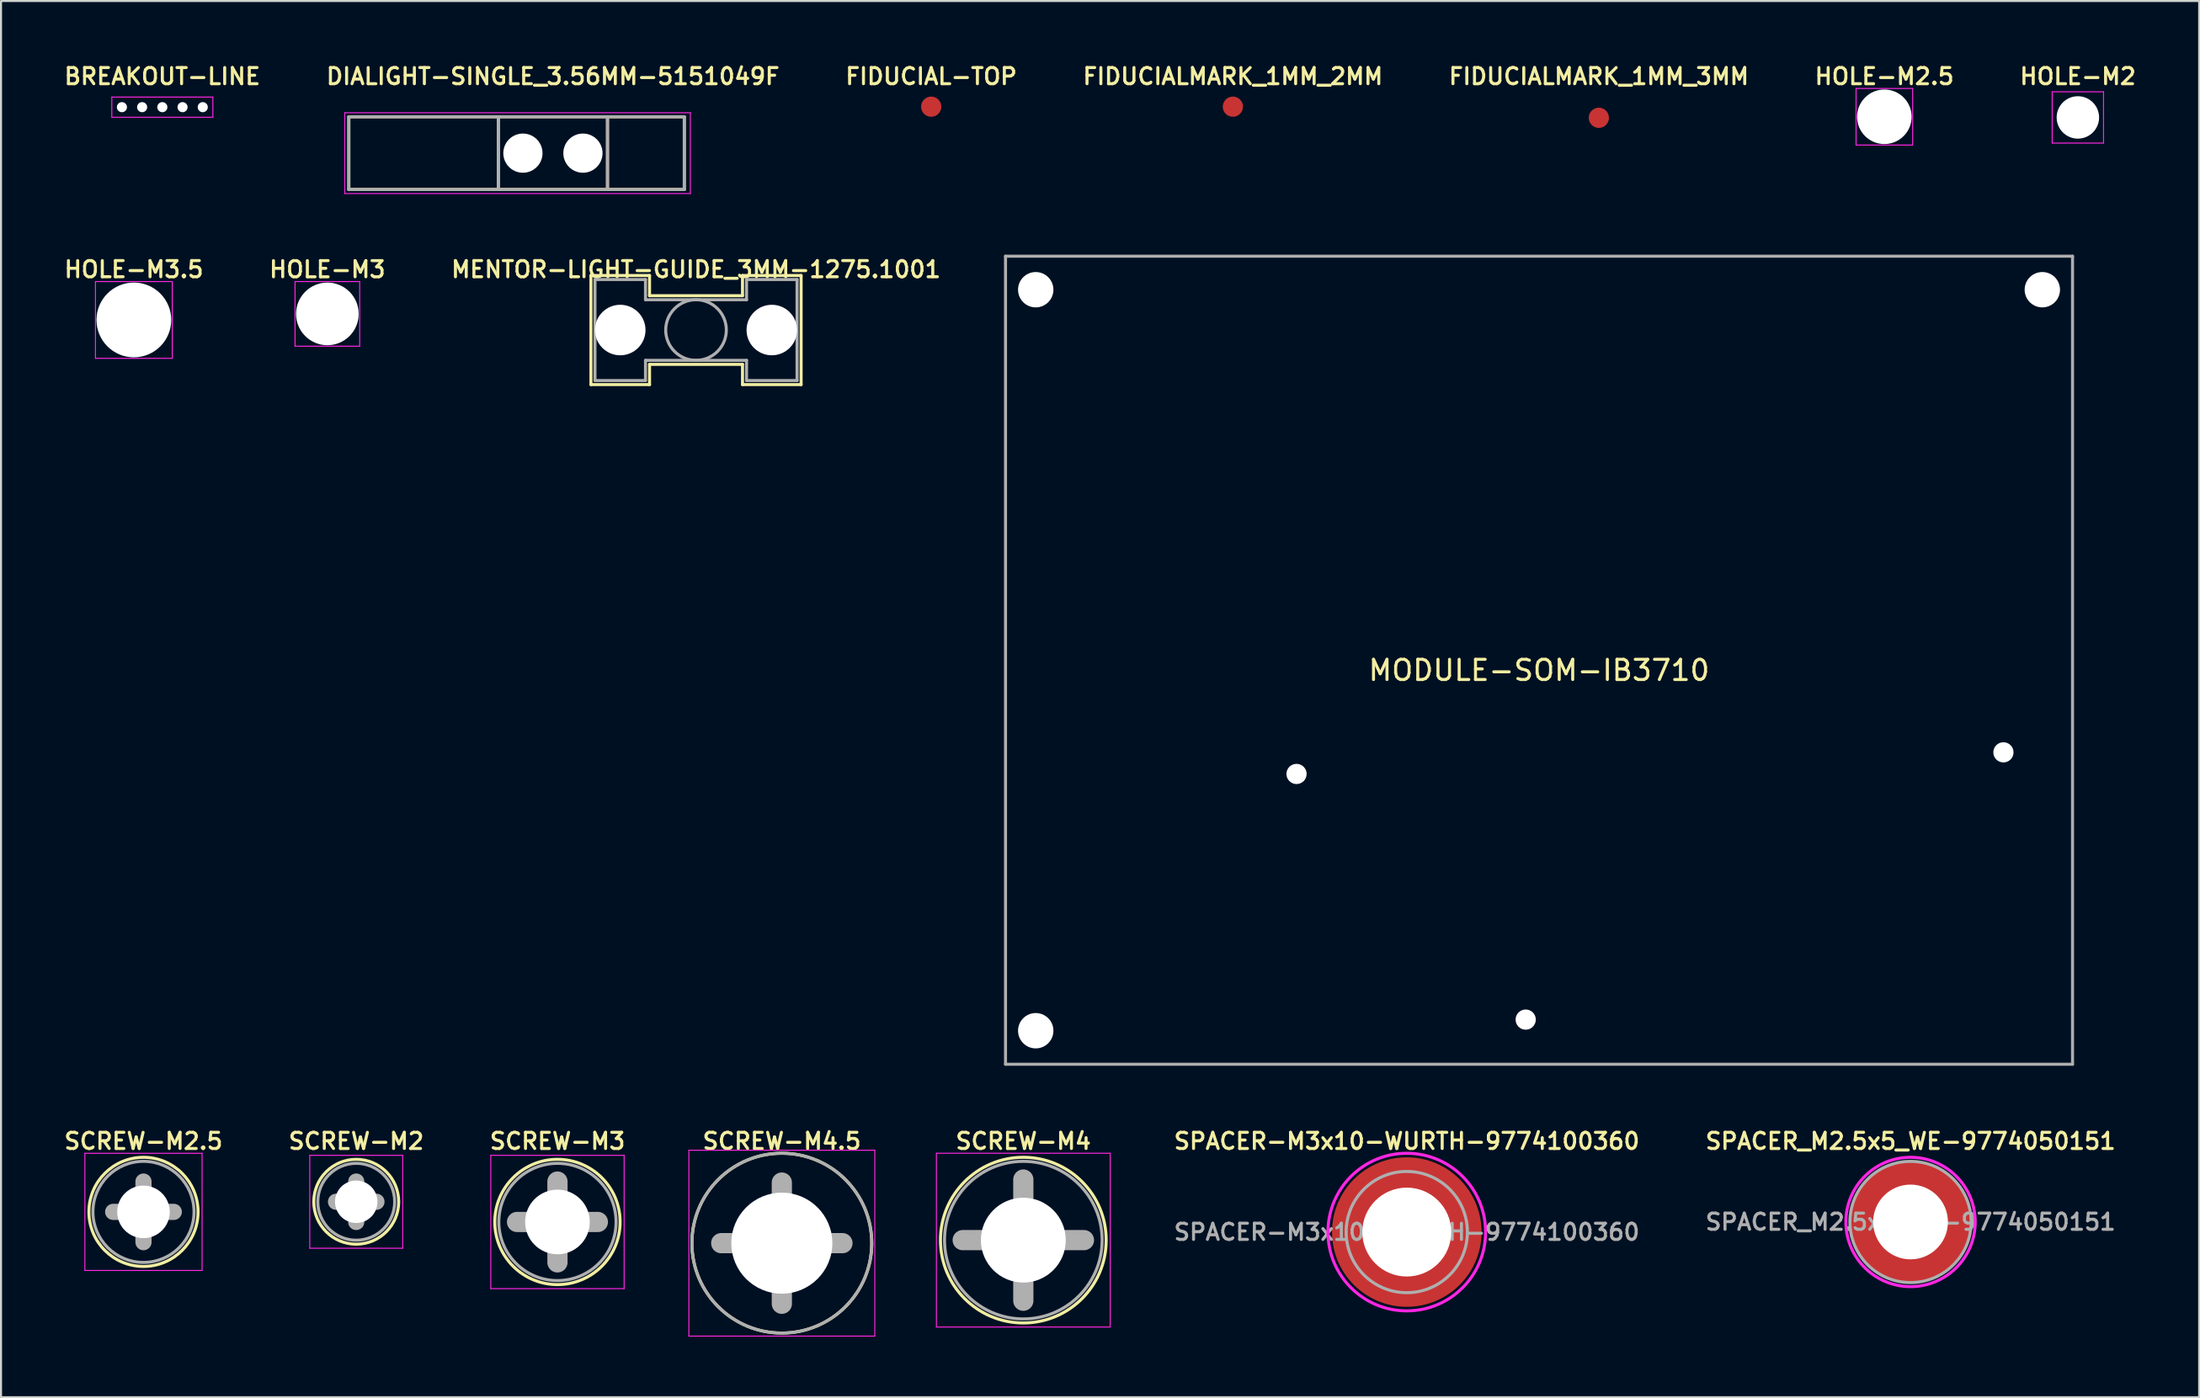
<source format=kicad_pcb>
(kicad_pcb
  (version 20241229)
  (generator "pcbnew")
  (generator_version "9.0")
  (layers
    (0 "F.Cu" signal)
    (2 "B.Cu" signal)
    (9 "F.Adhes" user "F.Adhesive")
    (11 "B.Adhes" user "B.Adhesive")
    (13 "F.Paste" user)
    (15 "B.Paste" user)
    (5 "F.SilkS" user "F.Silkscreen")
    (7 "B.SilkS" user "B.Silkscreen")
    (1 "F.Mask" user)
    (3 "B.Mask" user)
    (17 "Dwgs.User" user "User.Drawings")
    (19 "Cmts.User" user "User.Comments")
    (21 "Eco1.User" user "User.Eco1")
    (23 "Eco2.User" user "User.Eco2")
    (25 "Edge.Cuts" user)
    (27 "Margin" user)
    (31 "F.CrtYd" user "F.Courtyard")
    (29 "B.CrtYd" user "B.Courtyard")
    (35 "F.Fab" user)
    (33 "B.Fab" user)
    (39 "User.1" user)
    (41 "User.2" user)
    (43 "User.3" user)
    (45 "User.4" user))
  (footprint "SCREW-M3"
    (layer "F.Cu")
    (at 24.535 57.438)
    (property "Reference" "SCREW-M3" (at 0 -4 0) (layer "F.SilkS") (effects (font (size 0.8 0.8) (thickness 0.15))))
    (attr through_hole)
    (fp_circle (center 0 0) (end 3.1 0) (stroke (width 0.15) (type solid)) (fill no) (layer "F.SilkS"))
    (fp_line (start -3.3 -3.3) (end -3.3 3.3) (stroke (width 0.05) (type solid)) (layer "F.CrtYd"))
    (fp_line (start -3.3 3.3) (end 3.3 3.3) (stroke (width 0.05) (type solid)) (layer "F.CrtYd"))
    (fp_line (start 3.3 -3.3) (end -3.3 -3.3) (stroke (width 0.05) (type solid)) (layer "F.CrtYd"))
    (fp_line (start 3.3 3.3) (end 3.3 -3.3) (stroke (width 0.05) (type solid)) (layer "F.CrtYd"))
    (fp_line (start -2 0) (end 2 0) (stroke (width 1) (type solid)) (layer "F.Fab"))
    (fp_line (start 0 -2) (end 0 2) (stroke (width 1) (type solid)) (layer "F.Fab"))
    (fp_circle (center 0 0) (end 2.9 -0.1) (stroke (width 0.15) (type solid)) (fill no) (layer "F.Fab"))
    (pad "" np_thru_hole circle (at 0 0) (size 3.2 3.2) (drill 3.2) (layers "*.Cu" "*.Mask")))
  (footprint "HOLE-M3"
    (layer "F.Cu")
    (at 13.149 12.488)
    (property "Reference" "HOLE-M3" (at 0 -2.2 0) (layer "F.SilkS") (effects (font (size 0.8 0.8) (thickness 0.15))))
    (attr through_hole)
    (fp_line (start -1.6 -1.6) (end -1.6 1.6) (stroke (width 0.05) (type solid)) (layer "F.CrtYd"))
    (fp_line (start -1.6 1.6) (end 1.6 1.6) (stroke (width 0.05) (type solid)) (layer "F.CrtYd"))
    (fp_line (start 1.6 -1.6) (end -1.6 -1.6) (stroke (width 0.05) (type solid)) (layer "F.CrtYd"))
    (fp_line (start 1.6 1.6) (end 1.6 -1.6) (stroke (width 0.05) (type solid)) (layer "F.CrtYd"))
    (pad "" np_thru_hole circle (at 0 0) (size 3.1 3.1) (drill 3.1) (layers "*.Cu" "*.Mask")))
  (footprint "FIDUCIALMARK_1MM_2MM"
    (layer "F.Cu")
    (at 57.958 2.231)
    (property "Reference" "FIDUCIALMARK_1MM_2MM" (at 0 -1.5 0) (layer "F.SilkS") (effects (font (size 0.8 0.8) (thickness 0.15))))
    (attr exclude_from_pos_files exclude_from_bom)
    (pad "" smd circle (at 0 0) (size 1 1) (layers "F.Cu"))
    (pad "" smd circle (at 0 0) (size 2 2) (layers "F.Mask")))
  (footprint "SCREW-M2.5"
    (layer "F.Cu")
    (at 4.05 56.938)
    (property "Reference" "SCREW-M2.5" (at 0 -3.5 0) (layer "F.SilkS") (effects (font (size 0.8 0.8) (thickness 0.15))))
    (attr through_hole)
    (fp_circle (center 0 0) (end 2.7 0) (stroke (width 0.15) (type solid)) (fill no) (layer "F.SilkS"))
    (fp_line (start -2.9 -2.9) (end -2.9 2.9) (stroke (width 0.05) (type solid)) (layer "F.CrtYd"))
    (fp_line (start -2.9 2.9) (end 2.9 2.9) (stroke (width 0.05) (type solid)) (layer "F.CrtYd"))
    (fp_line (start 2.9 -2.9) (end -2.9 -2.9) (stroke (width 0.05) (type solid)) (layer "F.CrtYd"))
    (fp_line (start 2.9 2.9) (end 2.9 -2.9) (stroke (width 0.05) (type solid)) (layer "F.CrtYd"))
    (fp_line (start -1.5 0) (end 1.5 0) (stroke (width 0.8) (type solid)) (layer "F.Fab"))
    (fp_line (start 0 -1.5) (end 0 1.5) (stroke (width 0.8) (type solid)) (layer "F.Fab"))
    (fp_circle (center 0 0) (end 2.5 -0.1) (stroke (width 0.15) (type solid)) (fill no) (layer "F.Fab"))
    (pad "" np_thru_hole circle (at 0 0) (size 2.6 2.6) (drill 2.6) (layers "*.Cu" "*.Mask")))
  (footprint "SPACER-M3x10-WURTH-9774100360"
    (layer "F.Cu")
    (at 66.563 57.938)
    (property "Reference" "SPACER-M3x10-WURTH-9774100360" (at 0 -4.5 0) (layer "F.SilkS") (effects (font (size 0.8 0.8) (thickness 0.15))))
    (attr through_hole)
    (fp_circle (center 0 0) (end 3.9 0) (stroke (width 0.15) (type solid)) (fill no) (layer "F.CrtYd"))
    (fp_circle (center 0 0) (end -3 0) (stroke (width 0.15) (type solid)) (fill no) (layer "F.Fab"))
    (fp_text user "${REFERENCE}" (at 0 0 0) (layer "F.Fab") (effects (font (size 0.8 0.8) (thickness 0.15))))
    (pad "" np_thru_hole circle (at 0 0) (size 7.4 7.4) (drill 4.4) (layers "*.Mask" "F.Cu")))
  (footprint "MODULE-SOM-IB3710"
    (layer "F.Cu")
    (at 73.107 29.631)
    (property "Reference" "MODULE-SOM-IB3710" (at 0 0.5 0) (layer "F.SilkS") (effects (font (size 1 1) (thickness 0.15))))
    (attr through_hole)
    (fp_line (start -26.4 -20) (end -26.4 20) (stroke (width 0.15) (type solid)) (layer "F.Fab"))
    (fp_line (start -26.4 20) (end 26.4 20) (stroke (width 0.15) (type solid)) (layer "F.Fab"))
    (fp_line (start 26.4 -20) (end -26.4 -20) (stroke (width 0.15) (type solid)) (layer "F.Fab"))
    (fp_line (start 26.4 20) (end 26.4 -20) (stroke (width 0.15) (type solid)) (layer "F.Fab"))
    (pad "" np_thru_hole circle (at -24.905 -18.34) (size 1.75 1.75) (drill 1.75) (layers "*.Cu" "*.Mask"))
    (pad "" np_thru_hole circle (at -24.905 18.34) (size 1.75 1.75) (drill 1.75) (layers "*.Cu" "*.Mask"))
    (pad "" np_thru_hole circle (at -12 5.63) (size 1 1) (drill 1) (layers "*.Cu" "*.Mask"))
    (pad "" np_thru_hole circle (at -0.66 17.79) (size 1 1) (drill 1) (layers "*.Cu" "*.Mask"))
    (pad "" np_thru_hole circle (at 22.98 4.56) (size 1 1) (drill 1) (layers "*.Cu" "*.Mask"))
    (pad "" np_thru_hole circle (at 24.905 -18.34) (size 1.75 1.75) (drill 1.75) (layers "*.Cu" "*.Mask")))
  (footprint "DIALIGHT-SINGLE_3.56MM-5151049F"
    (layer "F.Cu")
    (at 24.311 4.531)
    (property "Reference" "DIALIGHT-SINGLE_3.56MM-5151049F" (at 0 -3.8 0) (layer "F.SilkS") (effects (font (size 0.8 0.8) (thickness 0.15))))
    (attr through_hole)
    (fp_line (start -10.1 -1.8) (end -10.1 1.8) (stroke (width 0.15) (type solid)) (layer "F.SilkS"))
    (fp_line (start -10.1 -1.8) (end -2.7 -1.8) (stroke (width 0.15) (type solid)) (layer "F.SilkS"))
    (fp_line (start -2.7 -1.8) (end -2.7 1.8) (stroke (width 0.15) (type solid)) (layer "F.SilkS"))
    (fp_line (start -2.7 -1.8) (end 6.5 -1.8) (stroke (width 0.15) (type solid)) (layer "F.SilkS"))
    (fp_line (start -2.7 1.8) (end -10.1 1.8) (stroke (width 0.15) (type solid)) (layer "F.SilkS"))
    (fp_line (start 2.7 -1.8) (end 2.7 1.8) (stroke (width 0.15) (type solid)) (layer "F.SilkS"))
    (fp_line (start 6.5 -1.8) (end 6.5 1.8) (stroke (width 0.15) (type solid)) (layer "F.SilkS"))
    (fp_line (start 6.5 1.8) (end -2.7 1.8) (stroke (width 0.15) (type solid)) (layer "F.SilkS"))
    (fp_line (start -10.3 -2) (end 6.8 -2) (stroke (width 0.05) (type solid)) (layer "F.CrtYd"))
    (fp_line (start -10.3 2) (end -10.3 -2) (stroke (width 0.05) (type solid)) (layer "F.CrtYd"))
    (fp_line (start 6.8 -2) (end 6.8 2) (stroke (width 0.05) (type solid)) (layer "F.CrtYd"))
    (fp_line (start 6.8 2) (end -10.3 2) (stroke (width 0.05) (type solid)) (layer "F.CrtYd"))
    (fp_line (start -10.1 -1.8) (end 6.5 -1.8) (stroke (width 0.15) (type solid)) (layer "F.Fab"))
    (fp_line (start -10.1 1.8) (end -10.1 -1.8) (stroke (width 0.15) (type solid)) (layer "F.Fab"))
    (fp_line (start -2.7 -1.8) (end -2.7 1.8) (stroke (width 0.15) (type solid)) (layer "F.Fab"))
    (fp_line (start 2.7 -1.8) (end 2.7 1.8) (stroke (width 0.15) (type solid)) (layer "F.Fab"))
    (fp_line (start 6.5 -1.8) (end 6.5 1.8) (stroke (width 0.15) (type solid)) (layer "F.Fab"))
    (fp_line (start 6.5 1.8) (end -10.1 1.8) (stroke (width 0.15) (type solid)) (layer "F.Fab"))
    (pad "" np_thru_hole circle (at -1.485 0) (size 1.94 1.94) (drill 1.94) (layers "*.Cu" "*.Mask"))
    (pad "" np_thru_hole circle (at 1.485 0) (size 1.94 1.94) (drill 1.94) (layers "*.Cu" "*.Mask")))
  (footprint "FIDUCIAL-TOP"
    (layer "F.Cu")
    (at 43.03 2.231)
    (property "Reference" "FIDUCIAL-TOP" (at 0 -1.5 0) (layer "F.SilkS") (effects (font (size 0.8 0.8) (thickness 0.15))))
    (attr through_hole)
    (fp_circle (center 0 0) (end 0.6 0) (stroke (width 0.8) (type solid)) (fill no) (layer "F.Mask"))
    (pad "" smd circle (at 0 0) (size 1 1) (layers "F.Cu" "F.Mask" "F.Paste")))
  (footprint "SCREW-M2"
    (layer "F.Cu")
    (at 14.578 56.438)
    (property "Reference" "SCREW-M2" (at 0 -3 0) (layer "F.SilkS") (effects (font (size 0.8 0.8) (thickness 0.15))))
    (attr through_hole)
    (fp_circle (center 0 0) (end 2.1 0) (stroke (width 0.15) (type solid)) (fill no) (layer "F.SilkS"))
    (fp_line (start -2.3 -2.3) (end -2.3 2.3) (stroke (width 0.05) (type solid)) (layer "F.CrtYd"))
    (fp_line (start -2.3 2.3) (end 2.3 2.3) (stroke (width 0.05) (type solid)) (layer "F.CrtYd"))
    (fp_line (start 2.3 -2.3) (end -2.3 -2.3) (stroke (width 0.05) (type solid)) (layer "F.CrtYd"))
    (fp_line (start 2.3 2.3) (end 2.3 -2.3) (stroke (width 0.05) (type solid)) (layer "F.CrtYd"))
    (fp_line (start -1 0) (end 1 0) (stroke (width 0.8) (type solid)) (layer "F.Fab"))
    (fp_line (start 0 -1) (end 0 1) (stroke (width 0.8) (type solid)) (layer "F.Fab"))
    (fp_circle (center 0 0) (end 1.9 -0.1) (stroke (width 0.15) (type solid)) (fill no) (layer "F.Fab"))
    (pad "" np_thru_hole circle (at 0 0) (size 2.1 2.1) (drill 2.1) (layers "*.Cu" "*.Mask")))
  (footprint "MENTOR-LIGHT-GUIDE_3MM-1275.1001"
    (layer "F.Cu")
    (at 31.392 13.287)
    (property "Reference" "MENTOR-LIGHT-GUIDE_3MM-1275.1001" (at 0 -3 0) (layer "F.SilkS") (effects (font (size 0.8 0.8) (thickness 0.15))))
    (attr through_hole)
    (fp_line (start -5.2 -2.7) (end -2.3 -2.7) (stroke (width 0.15) (type solid)) (layer "F.SilkS"))
    (fp_line (start -5.2 2.7) (end -5.2 -2.7) (stroke (width 0.15) (type solid)) (layer "F.SilkS"))
    (fp_line (start -2.3 -2.7) (end -2.3 -1.7) (stroke (width 0.15) (type solid)) (layer "F.SilkS"))
    (fp_line (start -2.3 -1.7) (end 2.3 -1.7) (stroke (width 0.15) (type solid)) (layer "F.SilkS"))
    (fp_line (start -2.3 1.7) (end -2.3 2.7) (stroke (width 0.15) (type solid)) (layer "F.SilkS"))
    (fp_line (start -2.3 2.7) (end -5.2 2.7) (stroke (width 0.15) (type solid)) (layer "F.SilkS"))
    (fp_line (start 2.3 -2.7) (end 5.2 -2.7) (stroke (width 0.15) (type solid)) (layer "F.SilkS"))
    (fp_line (start 2.3 -1.7) (end 2.3 -2.7) (stroke (width 0.15) (type solid)) (layer "F.SilkS"))
    (fp_line (start 2.3 1.7) (end -2.3 1.7) (stroke (width 0.15) (type solid)) (layer "F.SilkS"))
    (fp_line (start 2.3 2.7) (end 2.3 1.7) (stroke (width 0.15) (type solid)) (layer "F.SilkS"))
    (fp_line (start 5.2 -2.7) (end 5.2 2.7) (stroke (width 0.15) (type solid)) (layer "F.SilkS"))
    (fp_line (start 5.2 2.7) (end 2.3 2.7) (stroke (width 0.15) (type solid)) (layer "F.SilkS"))
    (fp_line (start -5 -2.5) (end -2.5 -2.5) (stroke (width 0.15) (type solid)) (layer "F.Fab"))
    (fp_line (start -5 2.5) (end -5 -2.5) (stroke (width 0.15) (type solid)) (layer "F.Fab"))
    (fp_line (start -5 2.5) (end -2.5 2.5) (stroke (width 0.15) (type solid)) (layer "F.Fab"))
    (fp_line (start -2.5 -2.5) (end -2.5 -1.5) (stroke (width 0.15) (type solid)) (layer "F.Fab"))
    (fp_line (start -2.5 -1.5) (end 2.5 -1.5) (stroke (width 0.15) (type solid)) (layer "F.Fab"))
    (fp_line (start -2.5 1.5) (end -2.5 2.5) (stroke (width 0.15) (type solid)) (layer "F.Fab"))
    (fp_line (start 2.5 -1.5) (end 2.5 -2.5) (stroke (width 0.15) (type solid)) (layer "F.Fab"))
    (fp_line (start 2.5 1.5) (end -2.5 1.5) (stroke (width 0.15) (type solid)) (layer "F.Fab"))
    (fp_line (start 2.5 2.5) (end 2.5 1.5) (stroke (width 0.15) (type solid)) (layer "F.Fab"))
    (fp_line (start 2.5 2.5) (end 5 2.5) (stroke (width 0.15) (type solid)) (layer "F.Fab"))
    (fp_line (start 5 -2.5) (end 2.5 -2.5) (stroke (width 0.15) (type solid)) (layer "F.Fab"))
    (fp_line (start 5 2.5) (end 5 -2.5) (stroke (width 0.15) (type solid)) (layer "F.Fab"))
    (fp_circle (center 0 0) (end 1.5 0) (stroke (width 0.15) (type solid)) (fill no) (layer "F.Fab"))
    (pad "" np_thru_hole circle (at -3.75 0) (size 2.5 2.5) (drill 2.5) (layers "*.Cu" "*.Mask"))
    (pad "" np_thru_hole circle (at 3.75 0) (size 2.5 2.5) (drill 2.5) (layers "*.Cu" "*.Mask")))
  (footprint "HOLE-M2.5"
    (layer "F.Cu")
    (at 90.195 2.731)
    (property "Reference" "HOLE-M2.5" (at 0 -2 0) (layer "F.SilkS") (effects (font (size 0.8 0.8) (thickness 0.15))))
    (attr through_hole)
    (fp_line (start -1.4 -1.4) (end -1.4 1.4) (stroke (width 0.05) (type solid)) (layer "F.CrtYd"))
    (fp_line (start -1.4 1.4) (end 1.4 1.4) (stroke (width 0.05) (type solid)) (layer "F.CrtYd"))
    (fp_line (start 1.4 -1.4) (end -1.4 -1.4) (stroke (width 0.05) (type solid)) (layer "F.CrtYd"))
    (fp_line (start 1.4 1.4) (end 1.4 -1.4) (stroke (width 0.05) (type solid)) (layer "F.CrtYd"))
    (pad "" np_thru_hole circle (at 0 0) (size 2.7 2.7) (drill 2.7) (layers "*.Cu" "*.Mask")))
  (footprint "SCREW-M4.5"
    (layer "F.Cu")
    (at 35.638 58.487)
    (property "Reference" "SCREW-M4.5" (at 0 -5.05 0) (layer "F.SilkS") (effects (font (size 0.8 0.8) (thickness 0.15))))
    (attr through_hole)
    (fp_circle (center 0 0) (end 4.45 0) (stroke (width 0.15) (type solid)) (fill no) (layer "F.SilkS"))
    (fp_line (start -4.6 -4.6) (end -4.6 4.6) (stroke (width 0.05) (type solid)) (layer "F.CrtYd"))
    (fp_line (start -4.6 4.6) (end 4.6 4.6) (stroke (width 0.05) (type solid)) (layer "F.CrtYd"))
    (fp_line (start 4.6 -4.6) (end -4.6 -4.6) (stroke (width 0.05) (type solid)) (layer "F.CrtYd"))
    (fp_line (start 4.6 4.6) (end 4.6 -4.6) (stroke (width 0.05) (type solid)) (layer "F.CrtYd"))
    (fp_line (start -3 0) (end 3 0) (stroke (width 1) (type solid)) (layer "F.Fab"))
    (fp_line (start 0 -3) (end 0 3) (stroke (width 1) (type solid)) (layer "F.Fab"))
    (fp_circle (center 0 0) (end 4.45 0) (stroke (width 0.15) (type solid)) (fill no) (layer "F.Fab"))
    (pad "" np_thru_hole circle (at 0 0) (size 5 5) (drill 5) (layers "*.Cu" "*.Mask")))
  (footprint "SCREW-M4"
    (layer "F.Cu")
    (at 47.588 58.337)
    (property "Reference" "SCREW-M4" (at 0 -4.9 0) (layer "F.SilkS") (effects (font (size 0.8 0.8) (thickness 0.15))))
    (attr through_hole)
    (fp_circle (center 0 0) (end 4.1 0) (stroke (width 0.15) (type solid)) (fill no) (layer "F.SilkS"))
    (fp_line (start -4.3 -4.3) (end -4.3 4.3) (stroke (width 0.05) (type solid)) (layer "F.CrtYd"))
    (fp_line (start -4.3 4.3) (end 4.3 4.3) (stroke (width 0.05) (type solid)) (layer "F.CrtYd"))
    (fp_line (start 4.3 -4.3) (end -4.3 -4.3) (stroke (width 0.05) (type solid)) (layer "F.CrtYd"))
    (fp_line (start 4.3 4.3) (end 4.3 -4.3) (stroke (width 0.05) (type solid)) (layer "F.CrtYd"))
    (fp_line (start -3 0) (end 3 0) (stroke (width 1) (type solid)) (layer "F.Fab"))
    (fp_line (start 0 -3) (end 0 3) (stroke (width 1) (type solid)) (layer "F.Fab"))
    (fp_circle (center 0 0) (end 3.9 0) (stroke (width 0.15) (type solid)) (fill no) (layer "F.Fab"))
    (pad "" np_thru_hole circle (at 0 0) (size 4.2 4.2) (drill 4.2) (layers "*.Cu" "*.Mask")))
  (footprint "SPACER_M2.5x5_WE-9774050151"
    (layer "F.Cu")
    (at 91.491 57.438)
    (property "Reference" "SPACER_M2.5x5_WE-9774050151" (at 0 -4 0) (layer "F.SilkS") (effects (font (size 0.8 0.8) (thickness 0.15))))
    (attr through_hole)
    (fp_circle (center 0 0) (end 3.2 0) (stroke (width 0.15) (type solid)) (fill no) (layer "F.CrtYd"))
    (fp_circle (center 0 0) (end -3 0) (stroke (width 0.15) (type solid)) (fill no) (layer "F.Fab"))
    (fp_text user "${REFERENCE}" (at 0 0 0) (layer "F.Fab") (effects (font (size 0.8 0.8) (thickness 0.15))))
    (pad "" np_thru_hole circle (at 0 0) (size 6 6) (drill 3.7) (layers "*.Mask" "F.Cu")))
  (footprint "HOLE-M3.5"
    (layer "F.Cu")
    (at 3.574 12.787)
    (property "Reference" "HOLE-M3.5" (at 0 -2.5 0) (layer "F.SilkS") (effects (font (size 0.8 0.8) (thickness 0.15))))
    (attr through_hole)
    (fp_line (start -1.9 -1.9) (end -1.9 1.9) (stroke (width 0.05) (type solid)) (layer "F.CrtYd"))
    (fp_line (start -1.9 1.9) (end 1.9 1.9) (stroke (width 0.05) (type solid)) (layer "F.CrtYd"))
    (fp_line (start 1.9 -1.9) (end -1.9 -1.9) (stroke (width 0.05) (type solid)) (layer "F.CrtYd"))
    (fp_line (start 1.9 1.9) (end 1.9 -1.9) (stroke (width 0.05) (type solid)) (layer "F.CrtYd"))
    (pad "" np_thru_hole circle (at 0 0) (size 3.7 3.7) (drill 3.7) (layers "*.Cu" "*.Mask")))
  (footprint "HOLE-M2"
    (layer "F.Cu")
    (at 99.771 2.763)
    (property "Reference" "HOLE-M2" (at 0 -2.032 0) (layer "F.SilkS") (effects (font (size 0.8 0.8) (thickness 0.15))))
    (attr through_hole)
    (fp_line (start -1.27 -1.27) (end -1.27 1.27) (stroke (width 0.05) (type solid)) (layer "F.CrtYd"))
    (fp_line (start -1.27 1.27) (end 1.27 1.27) (stroke (width 0.05) (type solid)) (layer "F.CrtYd"))
    (fp_line (start 1.27 -1.27) (end -1.27 -1.27) (stroke (width 0.05) (type solid)) (layer "F.CrtYd"))
    (fp_line (start 1.27 1.27) (end 1.27 -1.27) (stroke (width 0.05) (type solid)) (layer "F.CrtYd"))
    (pad "" np_thru_hole circle (at 0 0) (size 2.1 2.1) (drill 2.1) (layers "*.Cu" "*.Mask")))
  (footprint "FIDUCIALMARK_1MM_3MM"
    (layer "F.Cu")
    (at 76.067 2.781)
    (property "Reference" "FIDUCIALMARK_1MM_3MM" (at 0 -2.05 0) (layer "F.SilkS") (effects (font (size 0.8 0.8) (thickness 0.15))))
    (attr exclude_from_pos_files exclude_from_bom)
    (pad "" smd circle (at 0 0) (size 1 1) (layers "F.Cu"))
    (pad "" smd circle (at 0 0) (size 3 3) (layers "F.Mask")))
  (footprint "BREAKOUT-LINE"
    (layer "F.Cu")
    (at 4.983 2.255)
    (property "Reference" "BREAKOUT-LINE" (at 0 -1.524 0) (layer "F.SilkS") (effects (font (size 0.8 0.8) (thickness 0.15))))
    (attr through_hole)
    (fp_line (start -2.5 -0.5) (end -2.5 0.5) (stroke (width 0.05) (type solid)) (layer "F.CrtYd"))
    (fp_line (start -2.5 0.5) (end 2.5 0.5) (stroke (width 0.05) (type solid)) (layer "F.CrtYd"))
    (fp_line (start 2.5 -0.5) (end -2.5 -0.5) (stroke (width 0.05) (type solid)) (layer "F.CrtYd"))
    (fp_line (start 2.5 0.5) (end 2.5 -0.5) (stroke (width 0.05) (type solid)) (layer "F.CrtYd"))
    (pad "" np_thru_hole circle (at -2 0) (size 0.5 0.5) (drill 0.5) (layers "*.Cu" "*.Mask"))
    (pad "" np_thru_hole circle (at -1 0) (size 0.5 0.5) (drill 0.5) (layers "*.Cu" "*.Mask"))
    (pad "" np_thru_hole circle (at 0 0) (size 0.5 0.5) (drill 0.5) (layers "*.Cu" "*.Mask"))
    (pad "" np_thru_hole circle (at 1 0) (size 0.5 0.5) (drill 0.5) (layers "*.Cu" "*.Mask"))
    (pad "" np_thru_hole circle (at 2 0) (size 0.5 0.5) (drill 0.5) (layers "*.Cu" "*.Mask")))
  (gr_rect
    (start -3 -3)
    (end 105.773 66.112)
    (stroke (width 0.1) (type default))
    (fill no)
    (layer "Edge.Cuts")))
</source>
